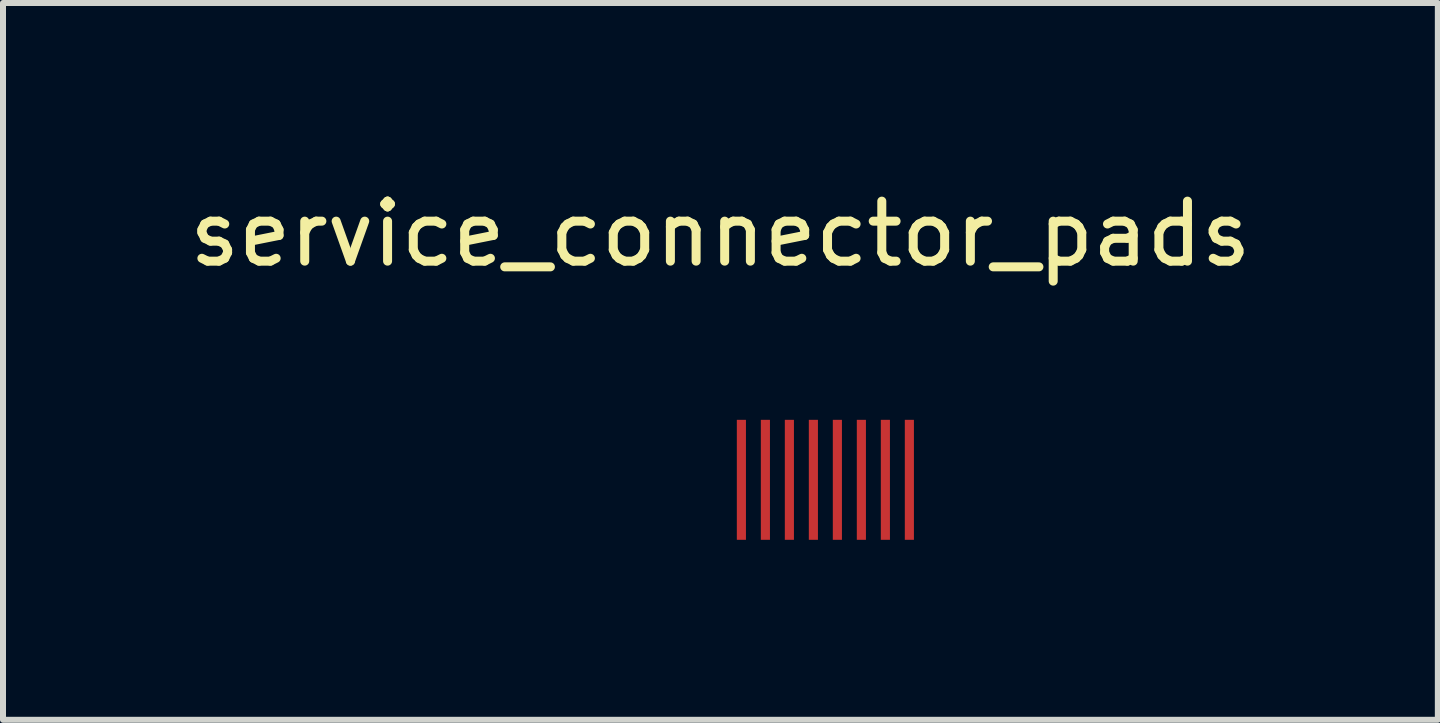
<source format=kicad_pcb>
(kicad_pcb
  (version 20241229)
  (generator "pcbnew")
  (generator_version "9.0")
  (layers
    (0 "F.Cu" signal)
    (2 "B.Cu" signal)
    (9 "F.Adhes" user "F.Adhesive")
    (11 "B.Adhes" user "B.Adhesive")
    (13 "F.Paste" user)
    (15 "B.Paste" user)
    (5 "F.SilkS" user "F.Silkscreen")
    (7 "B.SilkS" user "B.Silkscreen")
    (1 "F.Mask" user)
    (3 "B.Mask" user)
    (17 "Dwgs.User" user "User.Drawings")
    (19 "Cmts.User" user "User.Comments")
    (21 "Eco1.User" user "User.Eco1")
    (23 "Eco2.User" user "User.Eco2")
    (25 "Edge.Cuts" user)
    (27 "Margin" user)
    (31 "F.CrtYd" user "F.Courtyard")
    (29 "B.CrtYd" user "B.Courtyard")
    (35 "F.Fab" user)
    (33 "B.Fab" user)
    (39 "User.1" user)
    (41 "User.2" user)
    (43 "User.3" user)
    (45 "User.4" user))
  (footprint "service_connector_pads"
    (layer "F.Cu")
    (at 8.958 4.698)
    (property "Reference" "service_connector_pads" (at 0 -3.85 0) (layer "F.SilkS") (effects (font (size 1 1) (thickness 0.15))))
    (attr through_hole)
    (pad "1" smd rect (at 0.35 0.25) (size 0.152 2) (layers "F.Cu" "F.Mask" "F.Paste"))
    (pad "2" smd rect (at 0.75 0.25) (size 0.152 2) (layers "F.Cu" "F.Mask" "F.Paste"))
    (pad "3" smd rect (at 1.15 0.25) (size 0.152 2) (layers "F.Cu" "F.Mask" "F.Paste"))
    (pad "4" smd rect (at 1.55 0.25) (size 0.152 2) (layers "F.Cu" "F.Mask" "F.Paste"))
    (pad "5" smd rect (at 1.95 0.25) (size 0.152 2) (layers "F.Cu" "F.Mask" "F.Paste"))
    (pad "6" smd rect (at 2.35 0.25) (size 0.152 2) (layers "F.Cu" "F.Mask" "F.Paste"))
    (pad "7" smd rect (at 2.75 0.25) (size 0.152 2) (layers "F.Cu" "F.Mask" "F.Paste"))
    (pad "8" smd rect (at 3.15 0.25) (size 0.152 2) (layers "F.Cu" "F.Mask" "F.Paste")))
  (gr_rect
    (start -3 -3)
    (end 20.917 8.948)
    (stroke (width 0.1) (type default))
    (fill no)
    (layer "Edge.Cuts")))
</source>
